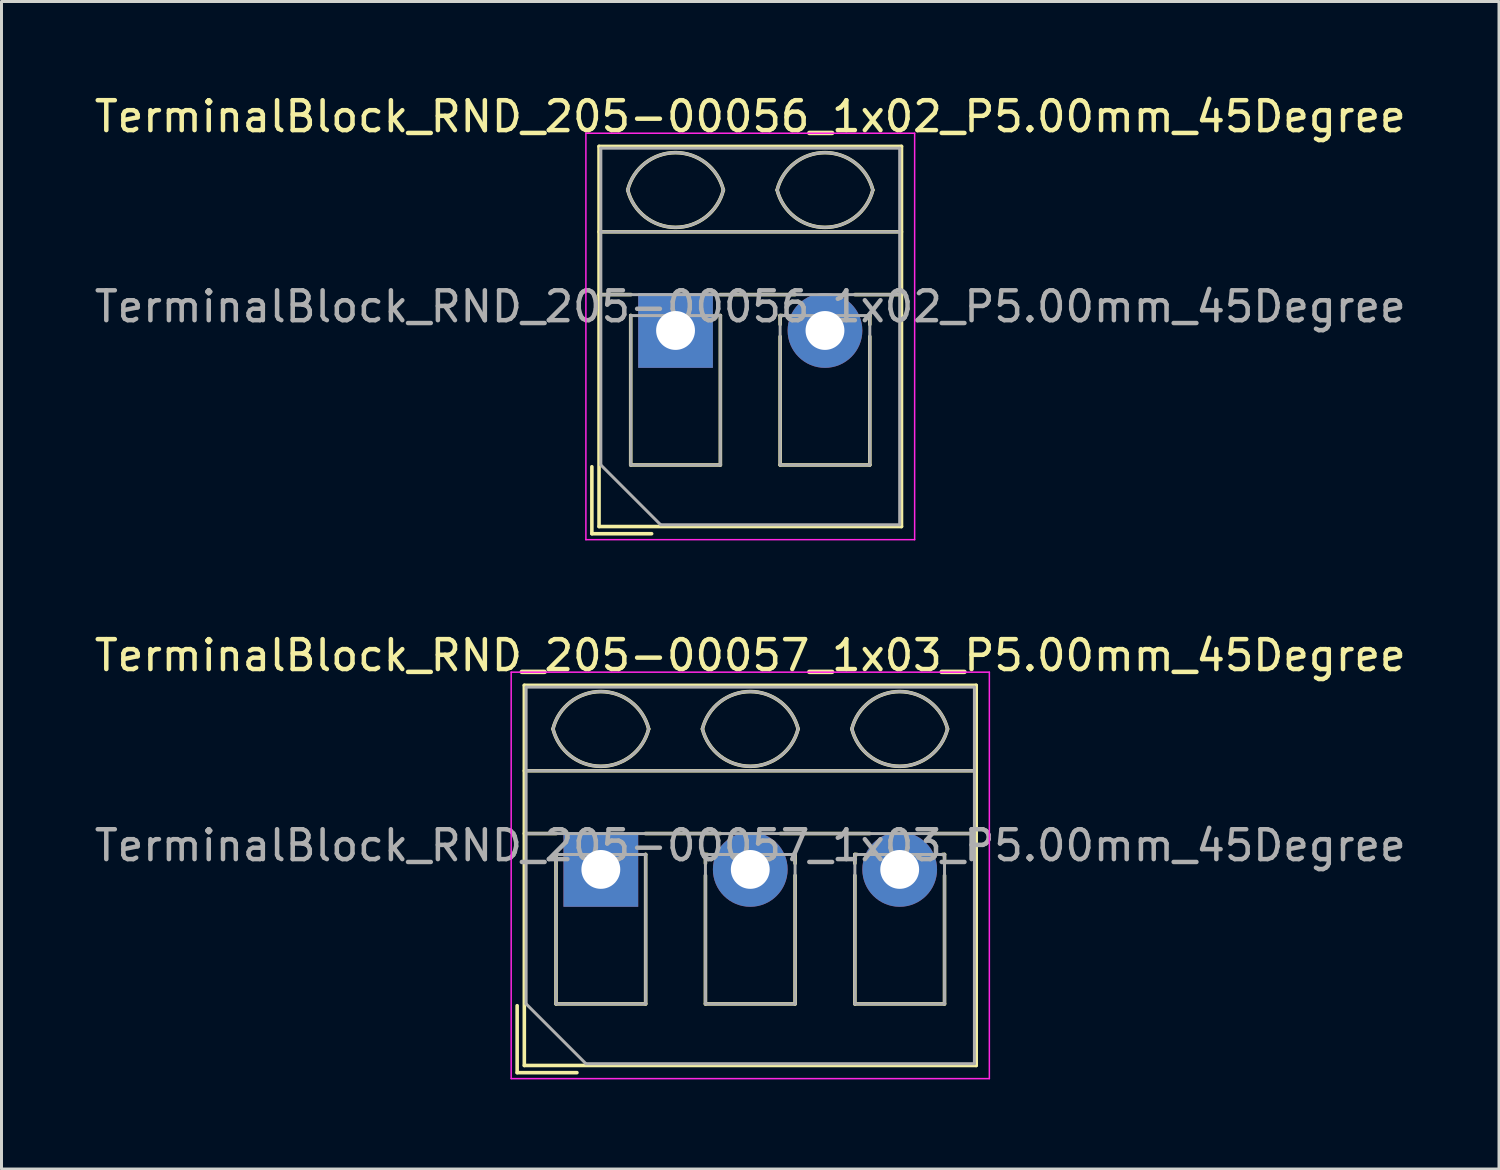
<source format=kicad_pcb>
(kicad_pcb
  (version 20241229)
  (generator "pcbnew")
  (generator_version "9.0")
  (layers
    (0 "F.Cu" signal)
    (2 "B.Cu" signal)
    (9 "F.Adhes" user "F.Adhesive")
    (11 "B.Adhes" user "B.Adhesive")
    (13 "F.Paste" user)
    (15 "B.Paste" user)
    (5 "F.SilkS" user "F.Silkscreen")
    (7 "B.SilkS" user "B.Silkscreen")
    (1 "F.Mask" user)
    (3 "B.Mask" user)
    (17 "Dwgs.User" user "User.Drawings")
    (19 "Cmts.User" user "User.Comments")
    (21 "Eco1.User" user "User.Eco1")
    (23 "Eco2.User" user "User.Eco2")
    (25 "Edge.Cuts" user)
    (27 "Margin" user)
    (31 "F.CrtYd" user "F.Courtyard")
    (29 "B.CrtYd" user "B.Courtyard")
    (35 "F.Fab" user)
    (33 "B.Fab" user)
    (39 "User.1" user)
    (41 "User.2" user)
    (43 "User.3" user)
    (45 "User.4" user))
  (footprint "TerminalBlock_RND_205-00057_1x03_P5.00mm_45Degree"
    (layer "F.Cu")
    (at 17.054 26.041)
    (property "Reference" "TerminalBlock_RND_205-00057_1x03_P5.00mm_45Degree" (at 5 -7.16 0) (layer "F.SilkS") (effects (font (size 1 1) (thickness 0.15))))
    (attr through_hole)
    (fp_line (start -2.8 4.56) (end -2.8 6.8) (stroke (width 0.12) (type solid)) (layer "F.SilkS"))
    (fp_line (start -2.8 6.8) (end -0.8 6.8) (stroke (width 0.12) (type solid)) (layer "F.SilkS"))
    (fp_line (start -2.56 -6.16) (end -2.56 6.56) (stroke (width 0.12) (type solid)) (layer "F.SilkS"))
    (fp_line (start -2.56 -6.16) (end 12.56 -6.16) (stroke (width 0.12) (type solid)) (layer "F.SilkS"))
    (fp_line (start -2.56 -3.301) (end 12.56 -3.301) (stroke (width 0.12) (type solid)) (layer "F.SilkS"))
    (fp_line (start -2.56 -1.201) (end -1.49 -1.201) (stroke (width 0.12) (type solid)) (layer "F.SilkS"))
    (fp_line (start -2.56 6.56) (end 12.56 6.56) (stroke (width 0.12) (type solid)) (layer "F.SilkS"))
    (fp_line (start -1.5 -0.5) (end -1.5 4.5) (stroke (width 0.12) (type solid)) (layer "F.SilkS"))
    (fp_line (start -1.5 -0.5) (end -1.49 -0.5) (stroke (width 0.12) (type solid)) (layer "F.SilkS"))
    (fp_line (start -1.5 4.5) (end 1.5 4.5) (stroke (width 0.12) (type solid)) (layer "F.SilkS"))
    (fp_line (start 1.49 -1.201) (end 4 -1.201) (stroke (width 0.12) (type solid)) (layer "F.SilkS"))
    (fp_line (start 1.49 -0.5) (end 1.5 -0.5) (stroke (width 0.12) (type solid)) (layer "F.SilkS"))
    (fp_line (start 1.5 -0.5) (end 1.5 4.5) (stroke (width 0.12) (type solid)) (layer "F.SilkS"))
    (fp_line (start 3.5 -0.5) (end 3.5 -0.202) (stroke (width 0.12) (type solid)) (layer "F.SilkS"))
    (fp_line (start 3.5 -0.5) (end 3.57 -0.5) (stroke (width 0.12) (type solid)) (layer "F.SilkS"))
    (fp_line (start 3.5 0.202) (end 3.5 4.5) (stroke (width 0.12) (type solid)) (layer "F.SilkS"))
    (fp_line (start 3.5 4.5) (end 6.5 4.5) (stroke (width 0.12) (type solid)) (layer "F.SilkS"))
    (fp_line (start 6.001 -1.201) (end 9 -1.201) (stroke (width 0.12) (type solid)) (layer "F.SilkS"))
    (fp_line (start 6.431 -0.5) (end 6.5 -0.5) (stroke (width 0.12) (type solid)) (layer "F.SilkS"))
    (fp_line (start 6.5 -0.5) (end 6.5 -0.202) (stroke (width 0.12) (type solid)) (layer "F.SilkS"))
    (fp_line (start 6.5 0.202) (end 6.5 4.5) (stroke (width 0.12) (type solid)) (layer "F.SilkS"))
    (fp_line (start 8.5 -0.5) (end 8.5 -0.202) (stroke (width 0.12) (type solid)) (layer "F.SilkS"))
    (fp_line (start 8.5 -0.5) (end 8.57 -0.5) (stroke (width 0.12) (type solid)) (layer "F.SilkS"))
    (fp_line (start 8.5 0.202) (end 8.5 4.5) (stroke (width 0.12) (type solid)) (layer "F.SilkS"))
    (fp_line (start 8.5 4.5) (end 11.5 4.5) (stroke (width 0.12) (type solid)) (layer "F.SilkS"))
    (fp_line (start 11.001 -1.201) (end 12.56 -1.201) (stroke (width 0.12) (type solid)) (layer "F.SilkS"))
    (fp_line (start 11.431 -0.5) (end 11.5 -0.5) (stroke (width 0.12) (type solid)) (layer "F.SilkS"))
    (fp_line (start 11.5 -0.5) (end 11.5 -0.202) (stroke (width 0.12) (type solid)) (layer "F.SilkS"))
    (fp_line (start 11.5 0.202) (end 11.5 4.5) (stroke (width 0.12) (type solid)) (layer "F.SilkS"))
    (fp_line (start 12.56 -6.16) (end 12.56 6.56) (stroke (width 0.12) (type solid)) (layer "F.SilkS"))
    (fp_arc (start -1.600914 -4.700344) (mid 0.000177 -5.95097) (end 1.601 -4.7) (stroke (width 0.12) (type solid)) (layer "F.SilkS"))
    (fp_arc (start 1.6 -4.7) (mid -0.000064 -3.45) (end -1.600031 -4.700125) (stroke (width 0.12) (type solid)) (layer "F.SilkS"))
    (fp_arc (start 3.399086 -4.700344) (mid 5.000177 -5.95097) (end 6.601 -4.7) (stroke (width 0.12) (type solid)) (layer "F.SilkS"))
    (fp_arc (start 6.6 -4.7) (mid 4.999936 -3.45) (end 3.399969 -4.700125) (stroke (width 0.12) (type solid)) (layer "F.SilkS"))
    (fp_arc (start 8.399086 -4.700344) (mid 10.000177 -5.95097) (end 11.601 -4.7) (stroke (width 0.12) (type solid)) (layer "F.SilkS"))
    (fp_arc (start 11.6 -4.7) (mid 9.999936 -3.45) (end 8.399969 -4.700125) (stroke (width 0.12) (type solid)) (layer "F.SilkS"))
    (fp_line (start -3 -6.6) (end -3 7) (stroke (width 0.05) (type solid)) (layer "F.CrtYd"))
    (fp_line (start -3 7) (end 13 7) (stroke (width 0.05) (type solid)) (layer "F.CrtYd"))
    (fp_line (start 13 -6.6) (end -3 -6.6) (stroke (width 0.05) (type solid)) (layer "F.CrtYd"))
    (fp_line (start 13 7) (end 13 -6.6) (stroke (width 0.05) (type solid)) (layer "F.CrtYd"))
    (fp_line (start -2.5 -6.1) (end 12.5 -6.1) (stroke (width 0.1) (type solid)) (layer "F.Fab"))
    (fp_line (start -2.5 -3.3) (end 12.5 -3.3) (stroke (width 0.1) (type solid)) (layer "F.Fab"))
    (fp_line (start -2.5 -1.2) (end 12.5 -1.2) (stroke (width 0.1) (type solid)) (layer "F.Fab"))
    (fp_line (start -2.5 4.5) (end -2.5 -6.1) (stroke (width 0.1) (type solid)) (layer "F.Fab"))
    (fp_line (start -1.5 -0.5) (end -1.5 4.5) (stroke (width 0.1) (type solid)) (layer "F.Fab"))
    (fp_line (start -1.5 4.5) (end 1.5 4.5) (stroke (width 0.1) (type solid)) (layer "F.Fab"))
    (fp_line (start -0.5 6.5) (end -2.5 4.5) (stroke (width 0.1) (type solid)) (layer "F.Fab"))
    (fp_line (start 1.5 -0.5) (end -1.5 -0.5) (stroke (width 0.1) (type solid)) (layer "F.Fab"))
    (fp_line (start 1.5 4.5) (end 1.5 -0.5) (stroke (width 0.1) (type solid)) (layer "F.Fab"))
    (fp_line (start 3.5 -0.5) (end 3.5 4.5) (stroke (width 0.1) (type solid)) (layer "F.Fab"))
    (fp_line (start 3.5 4.5) (end 6.5 4.5) (stroke (width 0.1) (type solid)) (layer "F.Fab"))
    (fp_line (start 6.5 -0.5) (end 3.5 -0.5) (stroke (width 0.1) (type solid)) (layer "F.Fab"))
    (fp_line (start 6.5 4.5) (end 6.5 -0.5) (stroke (width 0.1) (type solid)) (layer "F.Fab"))
    (fp_line (start 8.5 -0.5) (end 8.5 4.5) (stroke (width 0.1) (type solid)) (layer "F.Fab"))
    (fp_line (start 8.5 4.5) (end 11.5 4.5) (stroke (width 0.1) (type solid)) (layer "F.Fab"))
    (fp_line (start 11.5 -0.5) (end 8.5 -0.5) (stroke (width 0.1) (type solid)) (layer "F.Fab"))
    (fp_line (start 11.5 4.5) (end 11.5 -0.5) (stroke (width 0.1) (type solid)) (layer "F.Fab"))
    (fp_line (start 12.5 -6.1) (end 12.5 6.5) (stroke (width 0.1) (type solid)) (layer "F.Fab"))
    (fp_line (start 12.5 6.5) (end -0.5 6.5) (stroke (width 0.1) (type solid)) (layer "F.Fab"))
    (fp_arc (start -1.600914 -4.700344) (mid 0.000177 -5.95097) (end 1.601 -4.7) (stroke (width 0.1) (type solid)) (layer "F.Fab"))
    (fp_arc (start 1.6 -4.7) (mid -0.000064 -3.45) (end -1.600031 -4.700125) (stroke (width 0.1) (type solid)) (layer "F.Fab"))
    (fp_arc (start 3.399086 -4.700344) (mid 5.000177 -5.95097) (end 6.601 -4.7) (stroke (width 0.1) (type solid)) (layer "F.Fab"))
    (fp_arc (start 6.6 -4.7) (mid 4.999936 -3.45) (end 3.399969 -4.700125) (stroke (width 0.1) (type solid)) (layer "F.Fab"))
    (fp_arc (start 8.399086 -4.700344) (mid 10.000177 -5.95097) (end 11.601 -4.7) (stroke (width 0.1) (type solid)) (layer "F.Fab"))
    (fp_arc (start 11.6 -4.7) (mid 9.999936 -3.45) (end 8.399969 -4.700125) (stroke (width 0.1) (type solid)) (layer "F.Fab"))
    (fp_text user "${REFERENCE}" (at 5 -0.8 0) (layer "F.Fab") (effects (font (size 1 1) (thickness 0.15))))
    (pad "1" thru_hole rect (at 0 0) (size 2.5 2.5) (drill 1.3) (layers "*.Cu" "*.Mask"))
    (pad "2" thru_hole circle (at 5 0) (size 2.5 2.5) (drill 1.3) (layers "*.Cu" "*.Mask"))
    (pad "3" thru_hole circle (at 10 0) (size 2.5 2.5) (drill 1.3) (layers "*.Cu" "*.Mask")))
  (footprint "TerminalBlock_RND_205-00056_1x02_P5.00mm_45Degree"
    (layer "F.Cu")
    (at 19.554 8.008)
    (property "Reference" "TerminalBlock_RND_205-00056_1x02_P5.00mm_45Degree" (at 2.5 -7.16 0) (layer "F.SilkS") (effects (font (size 1 1) (thickness 0.15))))
    (attr through_hole)
    (fp_line (start -2.8 4.56) (end -2.8 6.8) (stroke (width 0.12) (type solid)) (layer "F.SilkS"))
    (fp_line (start -2.8 6.8) (end -0.8 6.8) (stroke (width 0.12) (type solid)) (layer "F.SilkS"))
    (fp_line (start -2.56 -6.16) (end -2.56 6.56) (stroke (width 0.12) (type solid)) (layer "F.SilkS"))
    (fp_line (start -2.56 -6.16) (end 7.56 -6.16) (stroke (width 0.12) (type solid)) (layer "F.SilkS"))
    (fp_line (start -2.56 -3.301) (end 7.56 -3.301) (stroke (width 0.12) (type solid)) (layer "F.SilkS"))
    (fp_line (start -2.56 -1.201) (end -1.49 -1.201) (stroke (width 0.12) (type solid)) (layer "F.SilkS"))
    (fp_line (start -2.56 6.56) (end 7.56 6.56) (stroke (width 0.12) (type solid)) (layer "F.SilkS"))
    (fp_line (start -1.5 -0.5) (end -1.5 4.5) (stroke (width 0.12) (type solid)) (layer "F.SilkS"))
    (fp_line (start -1.5 -0.5) (end -1.49 -0.5) (stroke (width 0.12) (type solid)) (layer "F.SilkS"))
    (fp_line (start -1.5 4.5) (end 1.5 4.5) (stroke (width 0.12) (type solid)) (layer "F.SilkS"))
    (fp_line (start 1.49 -1.201) (end 4 -1.201) (stroke (width 0.12) (type solid)) (layer "F.SilkS"))
    (fp_line (start 1.49 -0.5) (end 1.5 -0.5) (stroke (width 0.12) (type solid)) (layer "F.SilkS"))
    (fp_line (start 1.5 -0.5) (end 1.5 4.5) (stroke (width 0.12) (type solid)) (layer "F.SilkS"))
    (fp_line (start 3.5 -0.5) (end 3.5 -0.202) (stroke (width 0.12) (type solid)) (layer "F.SilkS"))
    (fp_line (start 3.5 -0.5) (end 3.57 -0.5) (stroke (width 0.12) (type solid)) (layer "F.SilkS"))
    (fp_line (start 3.5 0.202) (end 3.5 4.5) (stroke (width 0.12) (type solid)) (layer "F.SilkS"))
    (fp_line (start 3.5 4.5) (end 6.5 4.5) (stroke (width 0.12) (type solid)) (layer "F.SilkS"))
    (fp_line (start 6.001 -1.201) (end 7.56 -1.201) (stroke (width 0.12) (type solid)) (layer "F.SilkS"))
    (fp_line (start 6.431 -0.5) (end 6.5 -0.5) (stroke (width 0.12) (type solid)) (layer "F.SilkS"))
    (fp_line (start 6.5 -0.5) (end 6.5 -0.202) (stroke (width 0.12) (type solid)) (layer "F.SilkS"))
    (fp_line (start 6.5 0.202) (end 6.5 4.5) (stroke (width 0.12) (type solid)) (layer "F.SilkS"))
    (fp_line (start 7.56 -6.16) (end 7.56 6.56) (stroke (width 0.12) (type solid)) (layer "F.SilkS"))
    (fp_arc (start -1.600914 -4.700344) (mid 0.000177 -5.95097) (end 1.601 -4.7) (stroke (width 0.12) (type solid)) (layer "F.SilkS"))
    (fp_arc (start 1.6 -4.7) (mid -0.000064 -3.45) (end -1.600031 -4.700125) (stroke (width 0.12) (type solid)) (layer "F.SilkS"))
    (fp_arc (start 3.399086 -4.700344) (mid 5.000177 -5.95097) (end 6.601 -4.7) (stroke (width 0.12) (type solid)) (layer "F.SilkS"))
    (fp_arc (start 6.6 -4.7) (mid 4.999936 -3.45) (end 3.399969 -4.700125) (stroke (width 0.12) (type solid)) (layer "F.SilkS"))
    (fp_line (start -3 -6.6) (end -3 7) (stroke (width 0.05) (type solid)) (layer "F.CrtYd"))
    (fp_line (start -3 7) (end 8 7) (stroke (width 0.05) (type solid)) (layer "F.CrtYd"))
    (fp_line (start 8 -6.6) (end -3 -6.6) (stroke (width 0.05) (type solid)) (layer "F.CrtYd"))
    (fp_line (start 8 7) (end 8 -6.6) (stroke (width 0.05) (type solid)) (layer "F.CrtYd"))
    (fp_line (start -2.5 -6.1) (end 7.5 -6.1) (stroke (width 0.1) (type solid)) (layer "F.Fab"))
    (fp_line (start -2.5 -3.3) (end 7.5 -3.3) (stroke (width 0.1) (type solid)) (layer "F.Fab"))
    (fp_line (start -2.5 -1.2) (end 7.5 -1.2) (stroke (width 0.1) (type solid)) (layer "F.Fab"))
    (fp_line (start -2.5 4.5) (end -2.5 -6.1) (stroke (width 0.1) (type solid)) (layer "F.Fab"))
    (fp_line (start -1.5 -0.5) (end -1.5 4.5) (stroke (width 0.1) (type solid)) (layer "F.Fab"))
    (fp_line (start -1.5 4.5) (end 1.5 4.5) (stroke (width 0.1) (type solid)) (layer "F.Fab"))
    (fp_line (start -0.5 6.5) (end -2.5 4.5) (stroke (width 0.1) (type solid)) (layer "F.Fab"))
    (fp_line (start 1.5 -0.5) (end -1.5 -0.5) (stroke (width 0.1) (type solid)) (layer "F.Fab"))
    (fp_line (start 1.5 4.5) (end 1.5 -0.5) (stroke (width 0.1) (type solid)) (layer "F.Fab"))
    (fp_line (start 3.5 -0.5) (end 3.5 4.5) (stroke (width 0.1) (type solid)) (layer "F.Fab"))
    (fp_line (start 3.5 4.5) (end 6.5 4.5) (stroke (width 0.1) (type solid)) (layer "F.Fab"))
    (fp_line (start 6.5 -0.5) (end 3.5 -0.5) (stroke (width 0.1) (type solid)) (layer "F.Fab"))
    (fp_line (start 6.5 4.5) (end 6.5 -0.5) (stroke (width 0.1) (type solid)) (layer "F.Fab"))
    (fp_line (start 7.5 -6.1) (end 7.5 6.5) (stroke (width 0.1) (type solid)) (layer "F.Fab"))
    (fp_line (start 7.5 6.5) (end -0.5 6.5) (stroke (width 0.1) (type solid)) (layer "F.Fab"))
    (fp_arc (start -1.600914 -4.700344) (mid 0.000177 -5.95097) (end 1.601 -4.7) (stroke (width 0.1) (type solid)) (layer "F.Fab"))
    (fp_arc (start 1.6 -4.7) (mid -0.000064 -3.45) (end -1.600031 -4.700125) (stroke (width 0.1) (type solid)) (layer "F.Fab"))
    (fp_arc (start 3.399086 -4.700344) (mid 5.000177 -5.95097) (end 6.601 -4.7) (stroke (width 0.1) (type solid)) (layer "F.Fab"))
    (fp_arc (start 6.6 -4.7) (mid 4.999936 -3.45) (end 3.399969 -4.700125) (stroke (width 0.1) (type solid)) (layer "F.Fab"))
    (fp_text user "${REFERENCE}" (at 2.5 -0.8 0) (layer "F.Fab") (effects (font (size 1 1) (thickness 0.15))))
    (pad "1" thru_hole rect (at 0 0) (size 2.5 2.5) (drill 1.3) (layers "*.Cu" "*.Mask"))
    (pad "2" thru_hole circle (at 5 0) (size 2.5 2.5) (drill 1.3) (layers "*.Cu" "*.Mask")))
  (gr_rect
    (start -3 -3)
    (end 47.107 36.066)
    (stroke (width 0.1) (type default))
    (fill no)
    (layer "Edge.Cuts")))
</source>
